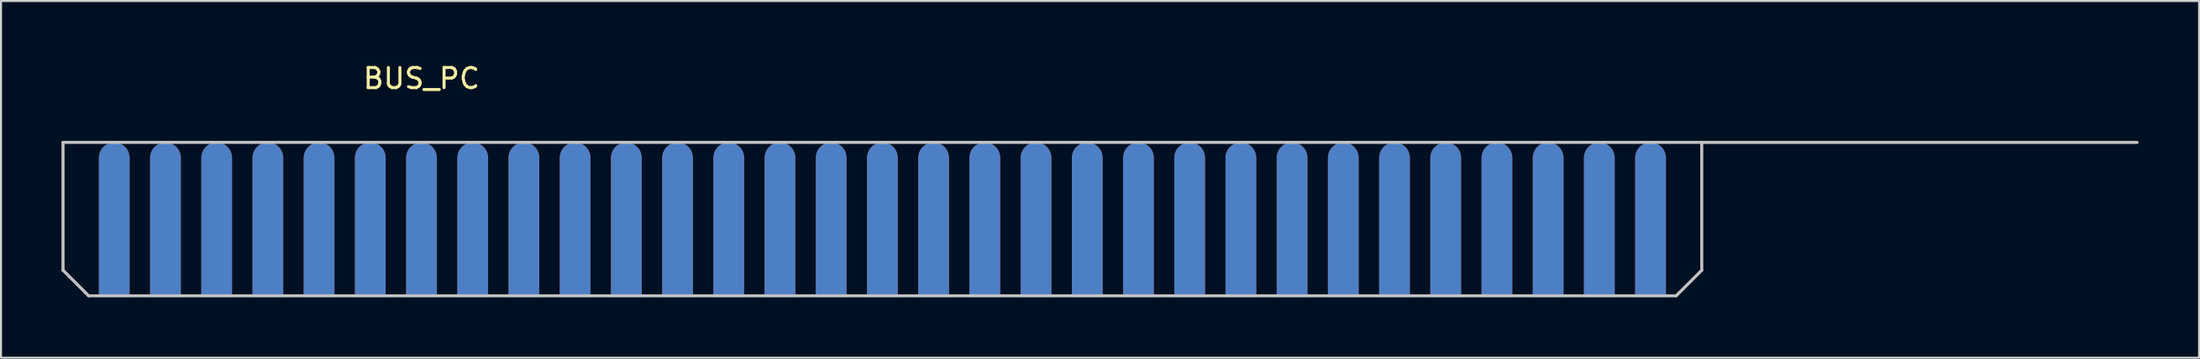
<source format=kicad_pcb>
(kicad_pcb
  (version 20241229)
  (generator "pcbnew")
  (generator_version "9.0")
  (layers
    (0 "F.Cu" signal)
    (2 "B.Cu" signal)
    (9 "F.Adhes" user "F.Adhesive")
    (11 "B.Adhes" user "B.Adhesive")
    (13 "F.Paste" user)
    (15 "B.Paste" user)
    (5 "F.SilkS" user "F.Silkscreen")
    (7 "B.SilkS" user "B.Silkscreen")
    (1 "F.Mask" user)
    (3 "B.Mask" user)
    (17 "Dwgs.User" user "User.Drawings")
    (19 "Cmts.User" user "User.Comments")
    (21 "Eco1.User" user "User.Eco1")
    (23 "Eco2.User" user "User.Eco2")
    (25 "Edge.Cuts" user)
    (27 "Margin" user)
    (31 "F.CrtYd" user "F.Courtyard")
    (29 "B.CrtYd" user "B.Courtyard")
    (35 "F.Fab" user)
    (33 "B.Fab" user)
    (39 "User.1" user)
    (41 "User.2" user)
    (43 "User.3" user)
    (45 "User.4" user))
  (footprint "BUS_PC"
    (layer "F.Cu")
    (at 40.716 7.833)
    (property "Reference" "BUS_PC" (at -22.86 -6.985 0) (layer "F.SilkS") (effects (font (size 1 1) (thickness 0.15))))
    (attr through_hole)
    (fp_poly (pts (xy 40.64 2.54) (xy 39.37 3.81) (xy -39.37 3.81) (xy -40.64 2.54) (xy -40.64 -3.556) (xy 40.64 -3.556)) (stroke (width 0.12) (type solid)) (fill yes) (layer "F.Mask"))
    (fp_poly (pts (xy 40.64 2.54) (xy 39.37 3.81) (xy -39.37 3.81) (xy -40.64 2.54) (xy -40.64 -3.556) (xy 40.64 -3.556)) (stroke (width 0.12) (type solid)) (fill yes) (layer "B.Mask"))
    (fp_line (start -40.64 -3.81) (end 40.64 -3.81) (stroke (width 0.15) (type solid)) (layer "Dwgs.User"))
    (fp_line (start -40.64 2.54) (end -40.64 -3.81) (stroke (width 0.15) (type solid)) (layer "Dwgs.User"))
    (fp_line (start -39.37 3.81) (end -40.64 2.54) (stroke (width 0.152) (type solid)) (layer "Dwgs.User"))
    (fp_line (start 39.37 3.81) (end -39.37 3.81) (stroke (width 0.15) (type solid)) (layer "Dwgs.User"))
    (fp_line (start 40.64 -3.81) (end 40.64 2.54) (stroke (width 0.15) (type solid)) (layer "Dwgs.User"))
    (fp_line (start 40.64 2.54) (end 39.37 3.81) (stroke (width 0.152) (type solid)) (layer "Dwgs.User"))
    (fp_line (start 62.23 -3.81) (end 40.64 -3.81) (stroke (width 0.152) (type solid)) (layer "Dwgs.User"))
    (pad "1" connect custom (at 38.1 0.381) (size 1.524 6.858) (layers "B.Cu" "B.Mask") (options (anchor rect)) (primitives (gr_line (start 0 -3.429) (end 0 -2.159) (width 1.524))))
    (pad "2" connect custom (at 35.56 0.381) (size 1.524 6.858) (layers "B.Cu" "B.Mask") (options (anchor rect)) (primitives (gr_line (start 0 -3.429) (end 0 -2.159) (width 1.524))))
    (pad "3" connect custom (at 33.02 0.381) (size 1.524 6.858) (layers "B.Cu" "B.Mask") (options (anchor rect)) (primitives (gr_line (start 0 -3.429) (end 0 -2.159) (width 1.524))))
    (pad "4" connect custom (at 30.48 0.381) (size 1.524 6.858) (layers "B.Cu" "B.Mask") (options (anchor rect)) (primitives (gr_line (start 0 -3.429) (end 0 -2.159) (width 1.524))))
    (pad "5" connect custom (at 27.94 0.381) (size 1.524 6.858) (layers "B.Cu" "B.Mask") (options (anchor rect)) (primitives (gr_line (start 0 -3.429) (end 0 -2.159) (width 1.524))))
    (pad "6" connect custom (at 25.4 0.381) (size 1.524 6.858) (layers "B.Cu" "B.Mask") (options (anchor rect)) (primitives (gr_line (start 0 -3.429) (end 0 -2.159) (width 1.524))))
    (pad "7" connect custom (at 22.86 0.381) (size 1.524 6.858) (layers "B.Cu" "B.Mask") (options (anchor rect)) (primitives (gr_line (start 0 -3.429) (end 0 -2.159) (width 1.524))))
    (pad "8" connect custom (at 20.32 0.381) (size 1.524 6.858) (layers "B.Cu" "B.Mask") (options (anchor rect)) (primitives (gr_line (start 0 -3.429) (end 0 -2.159) (width 1.524))))
    (pad "9" connect custom (at 17.78 0.381) (size 1.524 6.858) (layers "B.Cu" "B.Mask") (options (anchor rect)) (primitives (gr_line (start 0 -3.429) (end 0 -2.159) (width 1.524))))
    (pad "10" connect custom (at 15.24 0.381) (size 1.524 6.858) (layers "B.Cu" "B.Mask") (options (anchor rect)) (primitives (gr_line (start 0 -3.429) (end 0 -2.159) (width 1.524))))
    (pad "11" connect custom (at 12.7 0.381) (size 1.524 6.858) (layers "B.Cu" "B.Mask") (options (anchor rect)) (primitives (gr_line (start 0 -3.429) (end 0 -2.159) (width 1.524))))
    (pad "12" connect custom (at 10.16 0.381) (size 1.524 6.858) (layers "B.Cu" "B.Mask") (options (anchor rect)) (primitives (gr_line (start 0 -3.429) (end 0 -2.159) (width 1.524))))
    (pad "13" connect custom (at 7.62 0.381) (size 1.524 6.858) (layers "B.Cu" "B.Mask") (options (anchor rect)) (primitives (gr_line (start 0 -3.429) (end 0 -2.159) (width 1.524))))
    (pad "14" connect custom (at 5.08 0.381) (size 1.524 6.858) (layers "B.Cu" "B.Mask") (options (anchor rect)) (primitives (gr_line (start 0 -3.429) (end 0 -2.159) (width 1.524))))
    (pad "15" connect custom (at 2.54 0.381) (size 1.524 6.858) (layers "B.Cu" "B.Mask") (options (anchor rect)) (primitives (gr_line (start 0 -3.429) (end 0 -2.159) (width 1.524))))
    (pad "16" connect custom (at 0 0.381) (size 1.524 6.858) (layers "B.Cu" "B.Mask") (options (anchor rect)) (primitives (gr_line (start 0 -3.429) (end 0 -2.159) (width 1.524))))
    (pad "17" connect custom (at -2.54 0.381) (size 1.524 6.858) (layers "B.Cu" "B.Mask") (options (anchor rect)) (primitives (gr_line (start 0 -3.429) (end 0 -2.159) (width 1.524))))
    (pad "18" connect custom (at -5.08 0.381) (size 1.524 6.858) (layers "B.Cu" "B.Mask") (options (anchor rect)) (primitives (gr_line (start 0 -3.429) (end 0 -2.159) (width 1.524))))
    (pad "19" connect custom (at -7.62 0.381) (size 1.524 6.858) (layers "B.Cu" "B.Mask") (options (anchor rect)) (primitives (gr_line (start 0 -3.429) (end 0 -2.159) (width 1.524))))
    (pad "20" connect custom (at -10.16 0.381) (size 1.524 6.858) (layers "B.Cu" "B.Mask") (options (anchor rect)) (primitives (gr_line (start 0 -3.429) (end 0 -2.159) (width 1.524))))
    (pad "21" connect custom (at -12.7 0.381) (size 1.524 6.858) (layers "B.Cu" "B.Mask") (options (anchor rect)) (primitives (gr_line (start 0 -3.429) (end 0 -2.159) (width 1.524))))
    (pad "22" connect custom (at -15.24 0.381) (size 1.524 6.858) (layers "B.Cu" "B.Mask") (options (anchor rect)) (primitives (gr_line (start 0 -3.429) (end 0 -2.159) (width 1.524))))
    (pad "23" connect custom (at -17.78 0.381) (size 1.524 6.858) (layers "B.Cu" "B.Mask") (options (anchor rect)) (primitives (gr_line (start 0 -3.429) (end 0 -2.159) (width 1.524))))
    (pad "24" connect custom (at -20.32 0.381) (size 1.524 6.858) (layers "B.Cu" "B.Mask") (options (anchor rect)) (primitives (gr_line (start 0 -3.429) (end 0 -2.159) (width 1.524))))
    (pad "25" connect custom (at -22.86 0.381) (size 1.524 6.858) (layers "B.Cu" "B.Mask") (options (anchor rect)) (primitives (gr_line (start 0 -3.429) (end 0 -2.159) (width 1.524))))
    (pad "26" connect custom (at -25.4 0.381) (size 1.524 6.858) (layers "B.Cu" "B.Mask") (options (anchor rect)) (primitives (gr_line (start 0 -3.429) (end 0 -2.159) (width 1.524))))
    (pad "27" connect custom (at -27.94 0.381) (size 1.524 6.858) (layers "B.Cu" "B.Mask") (options (anchor rect)) (primitives (gr_line (start 0 -3.429) (end 0 -2.159) (width 1.524))))
    (pad "28" connect custom (at -30.48 0.381) (size 1.524 6.858) (layers "B.Cu" "B.Mask") (options (anchor rect)) (primitives (gr_line (start 0 -3.429) (end 0 -2.159) (width 1.524))))
    (pad "29" connect custom (at -33.02 0.381) (size 1.524 6.858) (layers "B.Cu" "B.Mask") (options (anchor rect)) (primitives (gr_line (start 0 -3.429) (end 0 -2.159) (width 1.524))))
    (pad "30" connect custom (at -35.56 0.381) (size 1.524 6.858) (layers "B.Cu" "B.Mask") (options (anchor rect)) (primitives (gr_line (start 0 -3.429) (end 0 -2.159) (width 1.524))))
    (pad "31" connect custom (at -38.1 0.381) (size 1.524 6.858) (layers "B.Cu" "B.Mask") (options (anchor rect)) (primitives (gr_line (start 0 -3.429) (end 0 -2.159) (width 1.524))))
    (pad "32" connect custom (at 38.1 0.381) (size 1.524 6.858) (layers "F.Cu" "F.Mask") (options (anchor rect)) (primitives (gr_line (start 0 -3.429) (end 0 -2.159) (width 1.524))))
    (pad "33" connect custom (at 35.56 0.381) (size 1.524 6.858) (layers "F.Cu" "F.Mask") (options (anchor rect)) (primitives (gr_line (start 0 -3.429) (end 0 -2.159) (width 1.524))))
    (pad "34" connect custom (at 33.02 0.381) (size 1.524 6.858) (layers "F.Cu" "F.Mask") (options (anchor rect)) (primitives (gr_line (start 0 -3.429) (end 0 -2.159) (width 1.524))))
    (pad "35" connect custom (at 30.48 0.381) (size 1.524 6.858) (layers "F.Cu" "F.Mask") (options (anchor rect)) (primitives (gr_line (start 0 -3.429) (end 0 -2.159) (width 1.524))))
    (pad "36" connect custom (at 27.94 0.381) (size 1.524 6.858) (layers "F.Cu" "F.Mask") (options (anchor rect)) (primitives (gr_line (start 0 -3.429) (end 0 -2.159) (width 1.524))))
    (pad "37" connect custom (at 25.4 0.381) (size 1.524 6.858) (layers "F.Cu" "F.Mask") (options (anchor rect)) (primitives (gr_line (start 0 -3.429) (end 0 -2.159) (width 1.524))))
    (pad "38" connect custom (at 22.86 0.381) (size 1.524 6.858) (layers "F.Cu" "F.Mask") (options (anchor rect)) (primitives (gr_line (start 0 -3.429) (end 0 -2.159) (width 1.524))))
    (pad "39" connect custom (at 20.32 0.381) (size 1.524 6.858) (layers "F.Cu" "F.Mask") (options (anchor rect)) (primitives (gr_line (start 0 -3.429) (end 0 -2.159) (width 1.524))))
    (pad "40" connect custom (at 17.78 0.381) (size 1.524 6.858) (layers "F.Cu" "F.Mask") (options (anchor rect)) (primitives (gr_line (start 0 -3.429) (end 0 -2.159) (width 1.524))))
    (pad "41" connect custom (at 15.24 0.381) (size 1.524 6.858) (layers "F.Cu" "F.Mask") (options (anchor rect)) (primitives (gr_line (start 0 -3.429) (end 0 -2.159) (width 1.524))))
    (pad "42" connect custom (at 12.7 0.381) (size 1.524 6.858) (layers "F.Cu" "F.Mask") (options (anchor rect)) (primitives (gr_line (start 0 -3.429) (end 0 -2.159) (width 1.524))))
    (pad "43" connect custom (at 10.16 0.381) (size 1.524 6.858) (layers "F.Cu" "F.Mask") (options (anchor rect)) (primitives (gr_line (start 0 -3.429) (end 0 -2.159) (width 1.524))))
    (pad "44" connect custom (at 7.62 0.381) (size 1.524 6.858) (layers "F.Cu" "F.Mask") (options (anchor rect)) (primitives (gr_line (start 0 -3.429) (end 0 -2.159) (width 1.524))))
    (pad "45" connect custom (at 5.08 0.381) (size 1.524 6.858) (layers "F.Cu" "F.Mask") (options (anchor rect)) (primitives (gr_line (start 0 -3.429) (end 0 -2.159) (width 1.524))))
    (pad "46" connect custom (at 2.54 0.381) (size 1.524 6.858) (layers "F.Cu" "F.Mask") (options (anchor rect)) (primitives (gr_line (start 0 -3.429) (end 0 -2.159) (width 1.524))))
    (pad "47" connect custom (at 0 0.381) (size 1.524 6.858) (layers "F.Cu" "F.Mask") (options (anchor rect)) (primitives (gr_line (start 0 -3.429) (end 0 -2.159) (width 1.524))))
    (pad "48" connect custom (at -2.54 0.381) (size 1.524 6.858) (layers "F.Cu" "F.Mask") (options (anchor rect)) (primitives (gr_line (start 0 -3.429) (end 0 -2.159) (width 1.524))))
    (pad "49" connect custom (at -5.08 0.381) (size 1.524 6.858) (layers "F.Cu" "F.Mask") (options (anchor rect)) (primitives (gr_line (start 0 -3.429) (end 0 -2.159) (width 1.524))))
    (pad "50" connect custom (at -7.62 0.381) (size 1.524 6.858) (layers "F.Cu" "F.Mask") (options (anchor rect)) (primitives (gr_line (start 0 -3.429) (end 0 -2.159) (width 1.524))))
    (pad "51" connect custom (at -10.16 0.381) (size 1.524 6.858) (layers "F.Cu" "F.Mask") (options (anchor rect)) (primitives (gr_line (start 0 -3.429) (end 0 -2.159) (width 1.524))))
    (pad "52" connect custom (at -12.7 0.381) (size 1.524 6.858) (layers "F.Cu" "F.Mask") (options (anchor rect)) (primitives (gr_line (start 0 -3.429) (end 0 -2.159) (width 1.524))))
    (pad "53" connect custom (at -15.24 0.381) (size 1.524 6.858) (layers "F.Cu" "F.Mask") (options (anchor rect)) (primitives (gr_line (start 0 -3.429) (end 0 -2.159) (width 1.524))))
    (pad "54" connect custom (at -17.78 0.381) (size 1.524 6.858) (layers "F.Cu" "F.Mask") (options (anchor rect)) (primitives (gr_line (start 0 -3.429) (end 0 -2.159) (width 1.524))))
    (pad "55" connect custom (at -20.32 0.381) (size 1.524 6.858) (layers "F.Cu" "F.Mask") (options (anchor rect)) (primitives (gr_line (start 0 -3.429) (end 0 -2.159) (width 1.524))))
    (pad "56" connect custom (at -22.86 0.381) (size 1.524 6.858) (layers "F.Cu" "F.Mask") (options (anchor rect)) (primitives (gr_line (start 0 -3.429) (end 0 -2.159) (width 1.524))))
    (pad "57" connect custom (at -25.4 0.381) (size 1.524 6.858) (layers "F.Cu" "F.Mask") (options (anchor rect)) (primitives (gr_line (start 0 -3.429) (end 0 -2.159) (width 1.524))))
    (pad "58" connect custom (at -27.94 0.381) (size 1.524 6.858) (layers "F.Cu" "F.Mask") (options (anchor rect)) (primitives (gr_line (start 0 -3.429) (end 0 -2.159) (width 1.524))))
    (pad "59" connect custom (at -30.48 0.381) (size 1.524 6.858) (layers "F.Cu" "F.Mask") (options (anchor rect)) (primitives (gr_line (start 0 -3.429) (end 0 -2.159) (width 1.524))))
    (pad "60" connect custom (at -33.02 0.381) (size 1.524 6.858) (layers "F.Cu" "F.Mask") (options (anchor rect)) (primitives (gr_line (start 0 -3.429) (end 0 -2.159) (width 1.524))))
    (pad "61" connect custom (at -35.56 0.381) (size 1.524 6.858) (layers "F.Cu" "F.Mask") (options (anchor rect)) (primitives (gr_line (start 0 -3.429) (end 0 -2.159) (width 1.524))))
    (pad "62" connect custom (at -38.1 0.381) (size 1.524 6.858) (layers "F.Cu" "F.Mask") (options (anchor rect)) (primitives (gr_line (start 0 -3.429) (end 0 -2.159) (width 1.524)))))
  (gr_rect
    (start -3 -3)
    (end 106.022 14.719)
    (stroke (width 0.1) (type default))
    (fill no)
    (layer "Edge.Cuts")))
</source>
